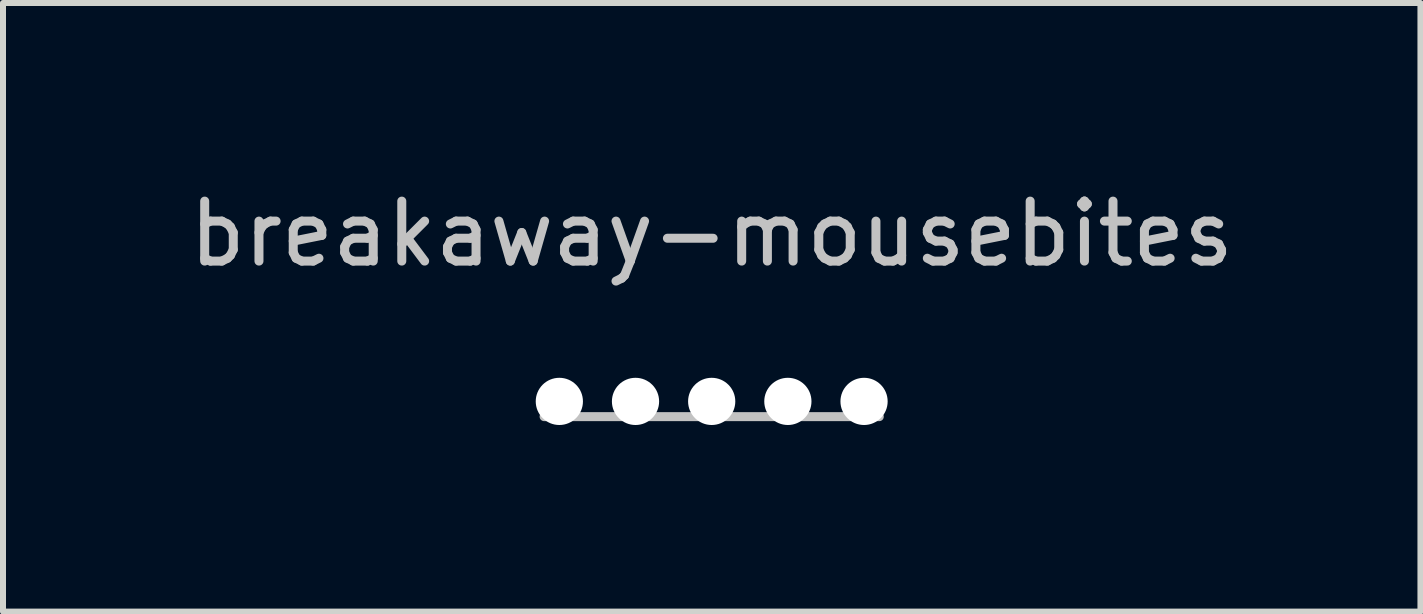
<source format=kicad_pcb>
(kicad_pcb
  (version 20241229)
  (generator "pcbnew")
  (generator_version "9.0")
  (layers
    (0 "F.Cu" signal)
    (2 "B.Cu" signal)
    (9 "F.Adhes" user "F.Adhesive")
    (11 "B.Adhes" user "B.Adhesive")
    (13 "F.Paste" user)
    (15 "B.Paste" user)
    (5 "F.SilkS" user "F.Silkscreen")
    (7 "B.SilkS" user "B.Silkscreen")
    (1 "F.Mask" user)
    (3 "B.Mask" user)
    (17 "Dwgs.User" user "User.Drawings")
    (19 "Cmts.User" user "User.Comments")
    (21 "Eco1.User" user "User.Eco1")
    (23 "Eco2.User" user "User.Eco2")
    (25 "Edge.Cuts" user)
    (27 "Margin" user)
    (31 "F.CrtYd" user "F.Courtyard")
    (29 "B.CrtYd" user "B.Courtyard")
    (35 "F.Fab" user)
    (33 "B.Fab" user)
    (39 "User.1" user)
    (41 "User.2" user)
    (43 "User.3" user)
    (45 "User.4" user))
  (footprint "breakaway-mousebites"
    (layer "F.Cu")
    (at 8.815 3.896)
    (property "Reference" "breakaway-mousebites" (at 0 -3.048 0) (layer "Dwgs.User") (effects (font (size 1 1) (thickness 0.15))))
    (attr through_hole)
    (fp_line (start -2.794 0) (end 2.794 0) (stroke (width 0.15) (type solid)) (layer "Dwgs.User"))
    (pad "" np_thru_hole circle (at -2.54 -0.254) (size 0.787 0.787) (drill 0.787) (layers "*.Cu" "*.Mask"))
    (pad "" np_thru_hole circle (at -1.27 -0.254) (size 0.787 0.787) (drill 0.787) (layers "*.Cu" "*.Mask"))
    (pad "" np_thru_hole circle (at 0 -0.254) (size 0.787 0.787) (drill 0.787) (layers "*.Cu" "*.Mask"))
    (pad "" np_thru_hole circle (at 1.27 -0.254) (size 0.787 0.787) (drill 0.787) (layers "*.Cu" "*.Mask"))
    (pad "" np_thru_hole circle (at 2.54 -0.254) (size 0.787 0.787) (drill 0.787) (layers "*.Cu" "*.Mask")))
  (gr_rect
    (start -3 -3)
    (end 20.631 7.146)
    (stroke (width 0.1) (type default))
    (fill no)
    (layer "Edge.Cuts")))
</source>
